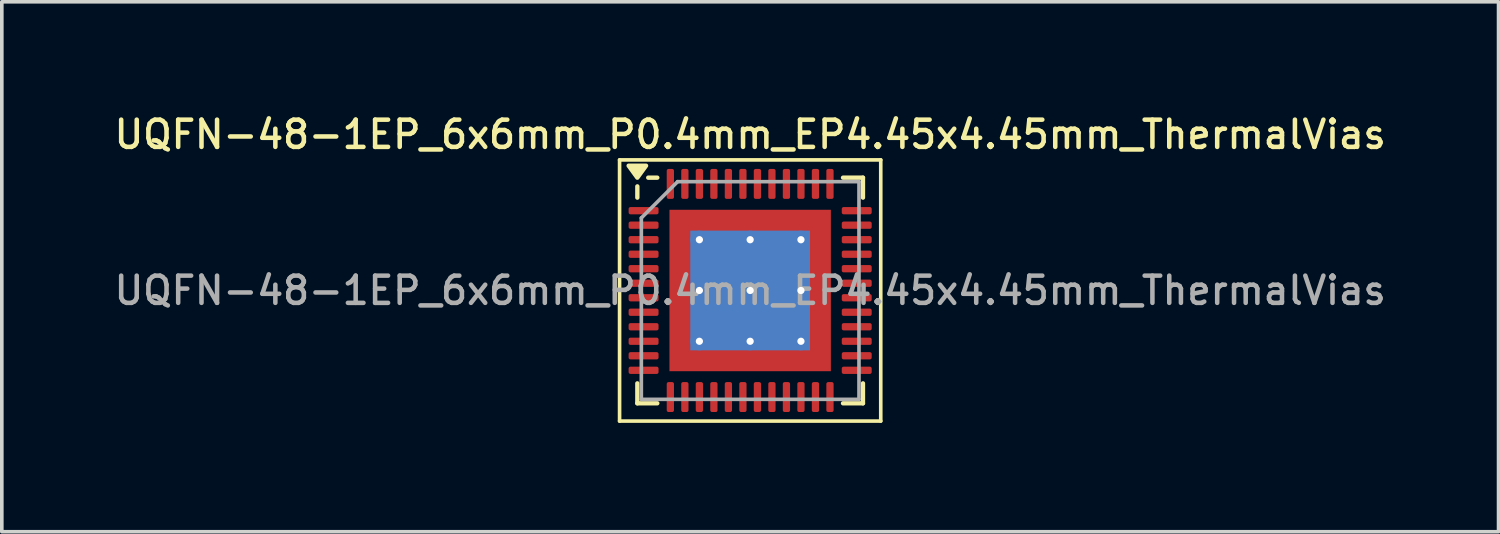
<source format=kicad_pcb>
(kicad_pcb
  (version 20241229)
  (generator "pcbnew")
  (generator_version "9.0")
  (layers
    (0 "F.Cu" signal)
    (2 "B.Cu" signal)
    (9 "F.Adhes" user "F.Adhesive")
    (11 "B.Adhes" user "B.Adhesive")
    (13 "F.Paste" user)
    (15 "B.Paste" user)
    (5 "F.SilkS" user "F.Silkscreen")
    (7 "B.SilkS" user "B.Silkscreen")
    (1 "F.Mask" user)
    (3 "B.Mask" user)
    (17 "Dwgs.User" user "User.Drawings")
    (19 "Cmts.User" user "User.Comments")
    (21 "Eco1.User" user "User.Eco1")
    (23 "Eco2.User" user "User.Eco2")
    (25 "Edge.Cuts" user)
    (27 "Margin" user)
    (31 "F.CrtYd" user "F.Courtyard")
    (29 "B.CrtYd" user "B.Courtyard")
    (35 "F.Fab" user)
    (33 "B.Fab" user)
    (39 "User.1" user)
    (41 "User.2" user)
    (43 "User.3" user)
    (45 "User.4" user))
  (footprint "UQFN-48-1EP_6x6mm_P0.4mm_EP4.45x4.45mm_ThermalVias"
    (layer "F.Cu")
    (at 17.63 4.958)
    (property "Reference" "UQFN-48-1EP_6x6mm_P0.4mm_EP4.45x4.45mm_ThermalVias" (at 0 -4.3 0) (layer "F.SilkS") (effects (font (size 0.75 0.75) (thickness 0.125))))
    (attr smd)
    (fp_line (start -3.6 -3.6) (end -3.6 3.6) (stroke (width 0.1) (type solid)) (layer "F.SilkS"))
    (fp_line (start -3.6 3.6) (end 3.6 3.6) (stroke (width 0.1) (type solid)) (layer "F.SilkS"))
    (fp_line (start -3.11 -2.56) (end -3.11 -2.87) (stroke (width 0.12) (type solid)) (layer "F.SilkS"))
    (fp_line (start -3.11 3.11) (end -3.11 2.56) (stroke (width 0.12) (type solid)) (layer "F.SilkS"))
    (fp_line (start -2.56 -3.11) (end -2.81 -3.11) (stroke (width 0.12) (type solid)) (layer "F.SilkS"))
    (fp_line (start -2.56 3.11) (end -3.11 3.11) (stroke (width 0.12) (type solid)) (layer "F.SilkS"))
    (fp_line (start 2.56 -3.11) (end 3.11 -3.11) (stroke (width 0.12) (type solid)) (layer "F.SilkS"))
    (fp_line (start 2.56 3.11) (end 3.11 3.11) (stroke (width 0.12) (type solid)) (layer "F.SilkS"))
    (fp_line (start 3.11 -3.11) (end 3.11 -2.56) (stroke (width 0.12) (type solid)) (layer "F.SilkS"))
    (fp_line (start 3.11 3.11) (end 3.11 2.56) (stroke (width 0.12) (type solid)) (layer "F.SilkS"))
    (fp_line (start 3.6 -3.6) (end -3.6 -3.6) (stroke (width 0.1) (type solid)) (layer "F.SilkS"))
    (fp_line (start 3.6 3.6) (end 3.6 -3.6) (stroke (width 0.1) (type solid)) (layer "F.SilkS"))
    (fp_poly (pts (xy -3.11 -3.11) (xy -3.35 -3.44) (xy -2.87 -3.44) (xy -3.11 -3.11)) (stroke (width 0.12) (type solid)) (fill yes) (layer "F.SilkS"))
    (fp_line (start -3 -2) (end -2 -3) (stroke (width 0.1) (type solid)) (layer "F.Fab"))
    (fp_line (start -3 3) (end -3 -2) (stroke (width 0.1) (type solid)) (layer "F.Fab"))
    (fp_line (start -2 -3) (end 3 -3) (stroke (width 0.1) (type solid)) (layer "F.Fab"))
    (fp_line (start 3 -3) (end 3 3) (stroke (width 0.1) (type solid)) (layer "F.Fab"))
    (fp_line (start 3 3) (end -3 3) (stroke (width 0.1) (type solid)) (layer "F.Fab"))
    (fp_text user "${REFERENCE}" (at 0 0 0) (layer "F.Fab") (effects (font (size 0.75 0.75) (thickness 0.125))))
    (pad "" smd custom (at -1.812 -1.812) (size 0.578 0.578) (layers "F.Paste") (options (anchor circle)) (primitives (gr_poly (pts (xy -0.246 -0.246) (xy 0.246 -0.246) (xy 0.246 0.174) (xy 0.174 0.246) (xy -0.246 0.246)) (width 0.174) (fill yes))))
    (pad "" smd roundrect (at -1.812 -0.7) (size 0.665 1.129) (layers "F.Paste") (roundrect_rratio 0.25))
    (pad "" smd roundrect (at -1.812 0.7) (size 0.665 1.129) (layers "F.Paste") (roundrect_rratio 0.25))
    (pad "" smd custom (at -1.812 1.812) (size 0.578 0.578) (layers "F.Paste") (options (anchor circle)) (primitives (gr_poly (pts (xy -0.246 -0.246) (xy 0.174 -0.246) (xy 0.246 -0.174) (xy 0.246 0.246) (xy -0.246 0.246)) (width 0.174) (fill yes))))
    (pad "" smd roundrect (at -0.7 -1.812) (size 1.129 0.665) (layers "F.Paste") (roundrect_rratio 0.25))
    (pad "" smd roundrect (at -0.7 -0.7) (size 1.129 1.129) (layers "F.Paste") (roundrect_rratio 0.221))
    (pad "" smd roundrect (at -0.7 0.7) (size 1.129 1.129) (layers "F.Paste") (roundrect_rratio 0.221))
    (pad "" smd roundrect (at -0.7 1.812) (size 1.129 0.665) (layers "F.Paste") (roundrect_rratio 0.25))
    (pad "" smd roundrect (at 0.7 -1.812) (size 1.129 0.665) (layers "F.Paste") (roundrect_rratio 0.25))
    (pad "" smd roundrect (at 0.7 -0.7) (size 1.129 1.129) (layers "F.Paste") (roundrect_rratio 0.221))
    (pad "" smd roundrect (at 0.7 0.7) (size 1.129 1.129) (layers "F.Paste") (roundrect_rratio 0.221))
    (pad "" smd roundrect (at 0.7 1.812) (size 1.129 0.665) (layers "F.Paste") (roundrect_rratio 0.25))
    (pad "" smd custom (at 1.812 -1.812) (size 0.578 0.578) (layers "F.Paste") (options (anchor circle)) (primitives (gr_poly (pts (xy -0.246 -0.246) (xy 0.246 -0.246) (xy 0.246 0.246) (xy -0.174 0.246) (xy -0.246 0.174)) (width 0.174) (fill yes))))
    (pad "" smd roundrect (at 1.812 -0.7) (size 0.665 1.129) (layers "F.Paste") (roundrect_rratio 0.25))
    (pad "" smd roundrect (at 1.812 0.7) (size 0.665 1.129) (layers "F.Paste") (roundrect_rratio 0.25))
    (pad "" smd custom (at 1.812 1.812) (size 0.578 0.578) (layers "F.Paste") (options (anchor circle)) (primitives (gr_poly (pts (xy -0.246 -0.174) (xy -0.174 -0.246) (xy 0.246 -0.246) (xy 0.246 0.246) (xy -0.246 0.246)) (width 0.174) (fill yes))))
    (pad "1" smd roundrect (at -2.938 -2.2) (size 0.825 0.2) (layers "F.Cu" "F.Mask" "F.Paste") (roundrect_rratio 0.25))
    (pad "2" smd roundrect (at -2.938 -1.8) (size 0.825 0.2) (layers "F.Cu" "F.Mask" "F.Paste") (roundrect_rratio 0.25))
    (pad "3" smd roundrect (at -2.938 -1.4) (size 0.825 0.2) (layers "F.Cu" "F.Mask" "F.Paste") (roundrect_rratio 0.25))
    (pad "4" smd roundrect (at -2.938 -1) (size 0.825 0.2) (layers "F.Cu" "F.Mask" "F.Paste") (roundrect_rratio 0.25))
    (pad "5" smd roundrect (at -2.938 -0.6) (size 0.825 0.2) (layers "F.Cu" "F.Mask" "F.Paste") (roundrect_rratio 0.25))
    (pad "6" smd roundrect (at -2.938 -0.2) (size 0.825 0.2) (layers "F.Cu" "F.Mask" "F.Paste") (roundrect_rratio 0.25))
    (pad "7" smd roundrect (at -2.938 0.2) (size 0.825 0.2) (layers "F.Cu" "F.Mask" "F.Paste") (roundrect_rratio 0.25))
    (pad "8" smd roundrect (at -2.938 0.6) (size 0.825 0.2) (layers "F.Cu" "F.Mask" "F.Paste") (roundrect_rratio 0.25))
    (pad "9" smd roundrect (at -2.938 1) (size 0.825 0.2) (layers "F.Cu" "F.Mask" "F.Paste") (roundrect_rratio 0.25))
    (pad "10" smd roundrect (at -2.938 1.4) (size 0.825 0.2) (layers "F.Cu" "F.Mask" "F.Paste") (roundrect_rratio 0.25))
    (pad "11" smd roundrect (at -2.938 1.8) (size 0.825 0.2) (layers "F.Cu" "F.Mask" "F.Paste") (roundrect_rratio 0.25))
    (pad "12" smd roundrect (at -2.938 2.2) (size 0.825 0.2) (layers "F.Cu" "F.Mask" "F.Paste") (roundrect_rratio 0.25))
    (pad "13" smd roundrect (at -2.2 2.938) (size 0.2 0.825) (layers "F.Cu" "F.Mask" "F.Paste") (roundrect_rratio 0.25))
    (pad "14" smd roundrect (at -1.8 2.938) (size 0.2 0.825) (layers "F.Cu" "F.Mask" "F.Paste") (roundrect_rratio 0.25))
    (pad "15" smd roundrect (at -1.4 2.938) (size 0.2 0.825) (layers "F.Cu" "F.Mask" "F.Paste") (roundrect_rratio 0.25))
    (pad "16" smd roundrect (at -1 2.938) (size 0.2 0.825) (layers "F.Cu" "F.Mask" "F.Paste") (roundrect_rratio 0.25))
    (pad "17" smd roundrect (at -0.6 2.938) (size 0.2 0.825) (layers "F.Cu" "F.Mask" "F.Paste") (roundrect_rratio 0.25))
    (pad "18" smd roundrect (at -0.2 2.938) (size 0.2 0.825) (layers "F.Cu" "F.Mask" "F.Paste") (roundrect_rratio 0.25))
    (pad "19" smd roundrect (at 0.2 2.938) (size 0.2 0.825) (layers "F.Cu" "F.Mask" "F.Paste") (roundrect_rratio 0.25))
    (pad "20" smd roundrect (at 0.6 2.938) (size 0.2 0.825) (layers "F.Cu" "F.Mask" "F.Paste") (roundrect_rratio 0.25))
    (pad "21" smd roundrect (at 1 2.938) (size 0.2 0.825) (layers "F.Cu" "F.Mask" "F.Paste") (roundrect_rratio 0.25))
    (pad "22" smd roundrect (at 1.4 2.938) (size 0.2 0.825) (layers "F.Cu" "F.Mask" "F.Paste") (roundrect_rratio 0.25))
    (pad "23" smd roundrect (at 1.8 2.938) (size 0.2 0.825) (layers "F.Cu" "F.Mask" "F.Paste") (roundrect_rratio 0.25))
    (pad "24" smd roundrect (at 2.2 2.938) (size 0.2 0.825) (layers "F.Cu" "F.Mask" "F.Paste") (roundrect_rratio 0.25))
    (pad "25" smd roundrect (at 2.938 2.2) (size 0.825 0.2) (layers "F.Cu" "F.Mask" "F.Paste") (roundrect_rratio 0.25))
    (pad "26" smd roundrect (at 2.938 1.8) (size 0.825 0.2) (layers "F.Cu" "F.Mask" "F.Paste") (roundrect_rratio 0.25))
    (pad "27" smd roundrect (at 2.938 1.4) (size 0.825 0.2) (layers "F.Cu" "F.Mask" "F.Paste") (roundrect_rratio 0.25))
    (pad "28" smd roundrect (at 2.938 1) (size 0.825 0.2) (layers "F.Cu" "F.Mask" "F.Paste") (roundrect_rratio 0.25))
    (pad "29" smd roundrect (at 2.938 0.6) (size 0.825 0.2) (layers "F.Cu" "F.Mask" "F.Paste") (roundrect_rratio 0.25))
    (pad "30" smd roundrect (at 2.938 0.2) (size 0.825 0.2) (layers "F.Cu" "F.Mask" "F.Paste") (roundrect_rratio 0.25))
    (pad "31" smd roundrect (at 2.938 -0.2) (size 0.825 0.2) (layers "F.Cu" "F.Mask" "F.Paste") (roundrect_rratio 0.25))
    (pad "32" smd roundrect (at 2.938 -0.6) (size 0.825 0.2) (layers "F.Cu" "F.Mask" "F.Paste") (roundrect_rratio 0.25))
    (pad "33" smd roundrect (at 2.938 -1) (size 0.825 0.2) (layers "F.Cu" "F.Mask" "F.Paste") (roundrect_rratio 0.25))
    (pad "34" smd roundrect (at 2.938 -1.4) (size 0.825 0.2) (layers "F.Cu" "F.Mask" "F.Paste") (roundrect_rratio 0.25))
    (pad "35" smd roundrect (at 2.938 -1.8) (size 0.825 0.2) (layers "F.Cu" "F.Mask" "F.Paste") (roundrect_rratio 0.25))
    (pad "36" smd roundrect (at 2.938 -2.2) (size 0.825 0.2) (layers "F.Cu" "F.Mask" "F.Paste") (roundrect_rratio 0.25))
    (pad "37" smd roundrect (at 2.2 -2.938) (size 0.2 0.825) (layers "F.Cu" "F.Mask" "F.Paste") (roundrect_rratio 0.25))
    (pad "38" smd roundrect (at 1.8 -2.938) (size 0.2 0.825) (layers "F.Cu" "F.Mask" "F.Paste") (roundrect_rratio 0.25))
    (pad "39" smd roundrect (at 1.4 -2.938) (size 0.2 0.825) (layers "F.Cu" "F.Mask" "F.Paste") (roundrect_rratio 0.25))
    (pad "40" smd roundrect (at 1 -2.938) (size 0.2 0.825) (layers "F.Cu" "F.Mask" "F.Paste") (roundrect_rratio 0.25))
    (pad "41" smd roundrect (at 0.6 -2.938) (size 0.2 0.825) (layers "F.Cu" "F.Mask" "F.Paste") (roundrect_rratio 0.25))
    (pad "42" smd roundrect (at 0.2 -2.938) (size 0.2 0.825) (layers "F.Cu" "F.Mask" "F.Paste") (roundrect_rratio 0.25))
    (pad "43" smd roundrect (at -0.2 -2.938) (size 0.2 0.825) (layers "F.Cu" "F.Mask" "F.Paste") (roundrect_rratio 0.25))
    (pad "44" smd roundrect (at -0.6 -2.938) (size 0.2 0.825) (layers "F.Cu" "F.Mask" "F.Paste") (roundrect_rratio 0.25))
    (pad "45" smd roundrect (at -1 -2.938) (size 0.2 0.825) (layers "F.Cu" "F.Mask" "F.Paste") (roundrect_rratio 0.25))
    (pad "46" smd roundrect (at -1.4 -2.938) (size 0.2 0.825) (layers "F.Cu" "F.Mask" "F.Paste") (roundrect_rratio 0.25))
    (pad "47" smd roundrect (at -1.8 -2.938) (size 0.2 0.825) (layers "F.Cu" "F.Mask" "F.Paste") (roundrect_rratio 0.25))
    (pad "48" smd roundrect (at -2.2 -2.938) (size 0.2 0.825) (layers "F.Cu" "F.Mask" "F.Paste") (roundrect_rratio 0.25))
    (pad "49" thru_hole circle (at -1.4 -1.4) (size 0.5 0.5) (drill 0.2) (property pad_prop_heatsink) (layers "*.Cu"))
    (pad "49" thru_hole circle (at -1.4 0) (size 0.5 0.5) (drill 0.2) (property pad_prop_heatsink) (layers "*.Cu"))
    (pad "49" thru_hole circle (at -1.4 1.4) (size 0.5 0.5) (drill 0.2) (property pad_prop_heatsink) (layers "*.Cu"))
    (pad "49" thru_hole circle (at 0 -1.4) (size 0.5 0.5) (drill 0.2) (property pad_prop_heatsink) (layers "*.Cu"))
    (pad "49" thru_hole circle (at 0 0) (size 0.5 0.5) (drill 0.2) (property pad_prop_heatsink) (layers "*.Cu"))
    (pad "49" smd rect (at 0 0) (size 3.3 3.3) (property pad_prop_heatsink) (layers "B.Cu"))
    (pad "49" smd rect (at 0 0) (size 4.45 4.45) (property pad_prop_heatsink) (layers "F.Cu" "F.Mask"))
    (pad "49" thru_hole circle (at 0 1.4) (size 0.5 0.5) (drill 0.2) (property pad_prop_heatsink) (layers "*.Cu"))
    (pad "49" thru_hole circle (at 1.4 -1.4) (size 0.5 0.5) (drill 0.2) (property pad_prop_heatsink) (layers "*.Cu"))
    (pad "49" thru_hole circle (at 1.4 0) (size 0.5 0.5) (drill 0.2) (property pad_prop_heatsink) (layers "*.Cu"))
    (pad "49" thru_hole circle (at 1.4 1.4) (size 0.5 0.5) (drill 0.2) (property pad_prop_heatsink) (layers "*.Cu")))
  (gr_rect
    (start -3 -3)
    (end 38.261 11.608)
    (stroke (width 0.1) (type default))
    (fill no)
    (layer "Edge.Cuts")))
</source>
